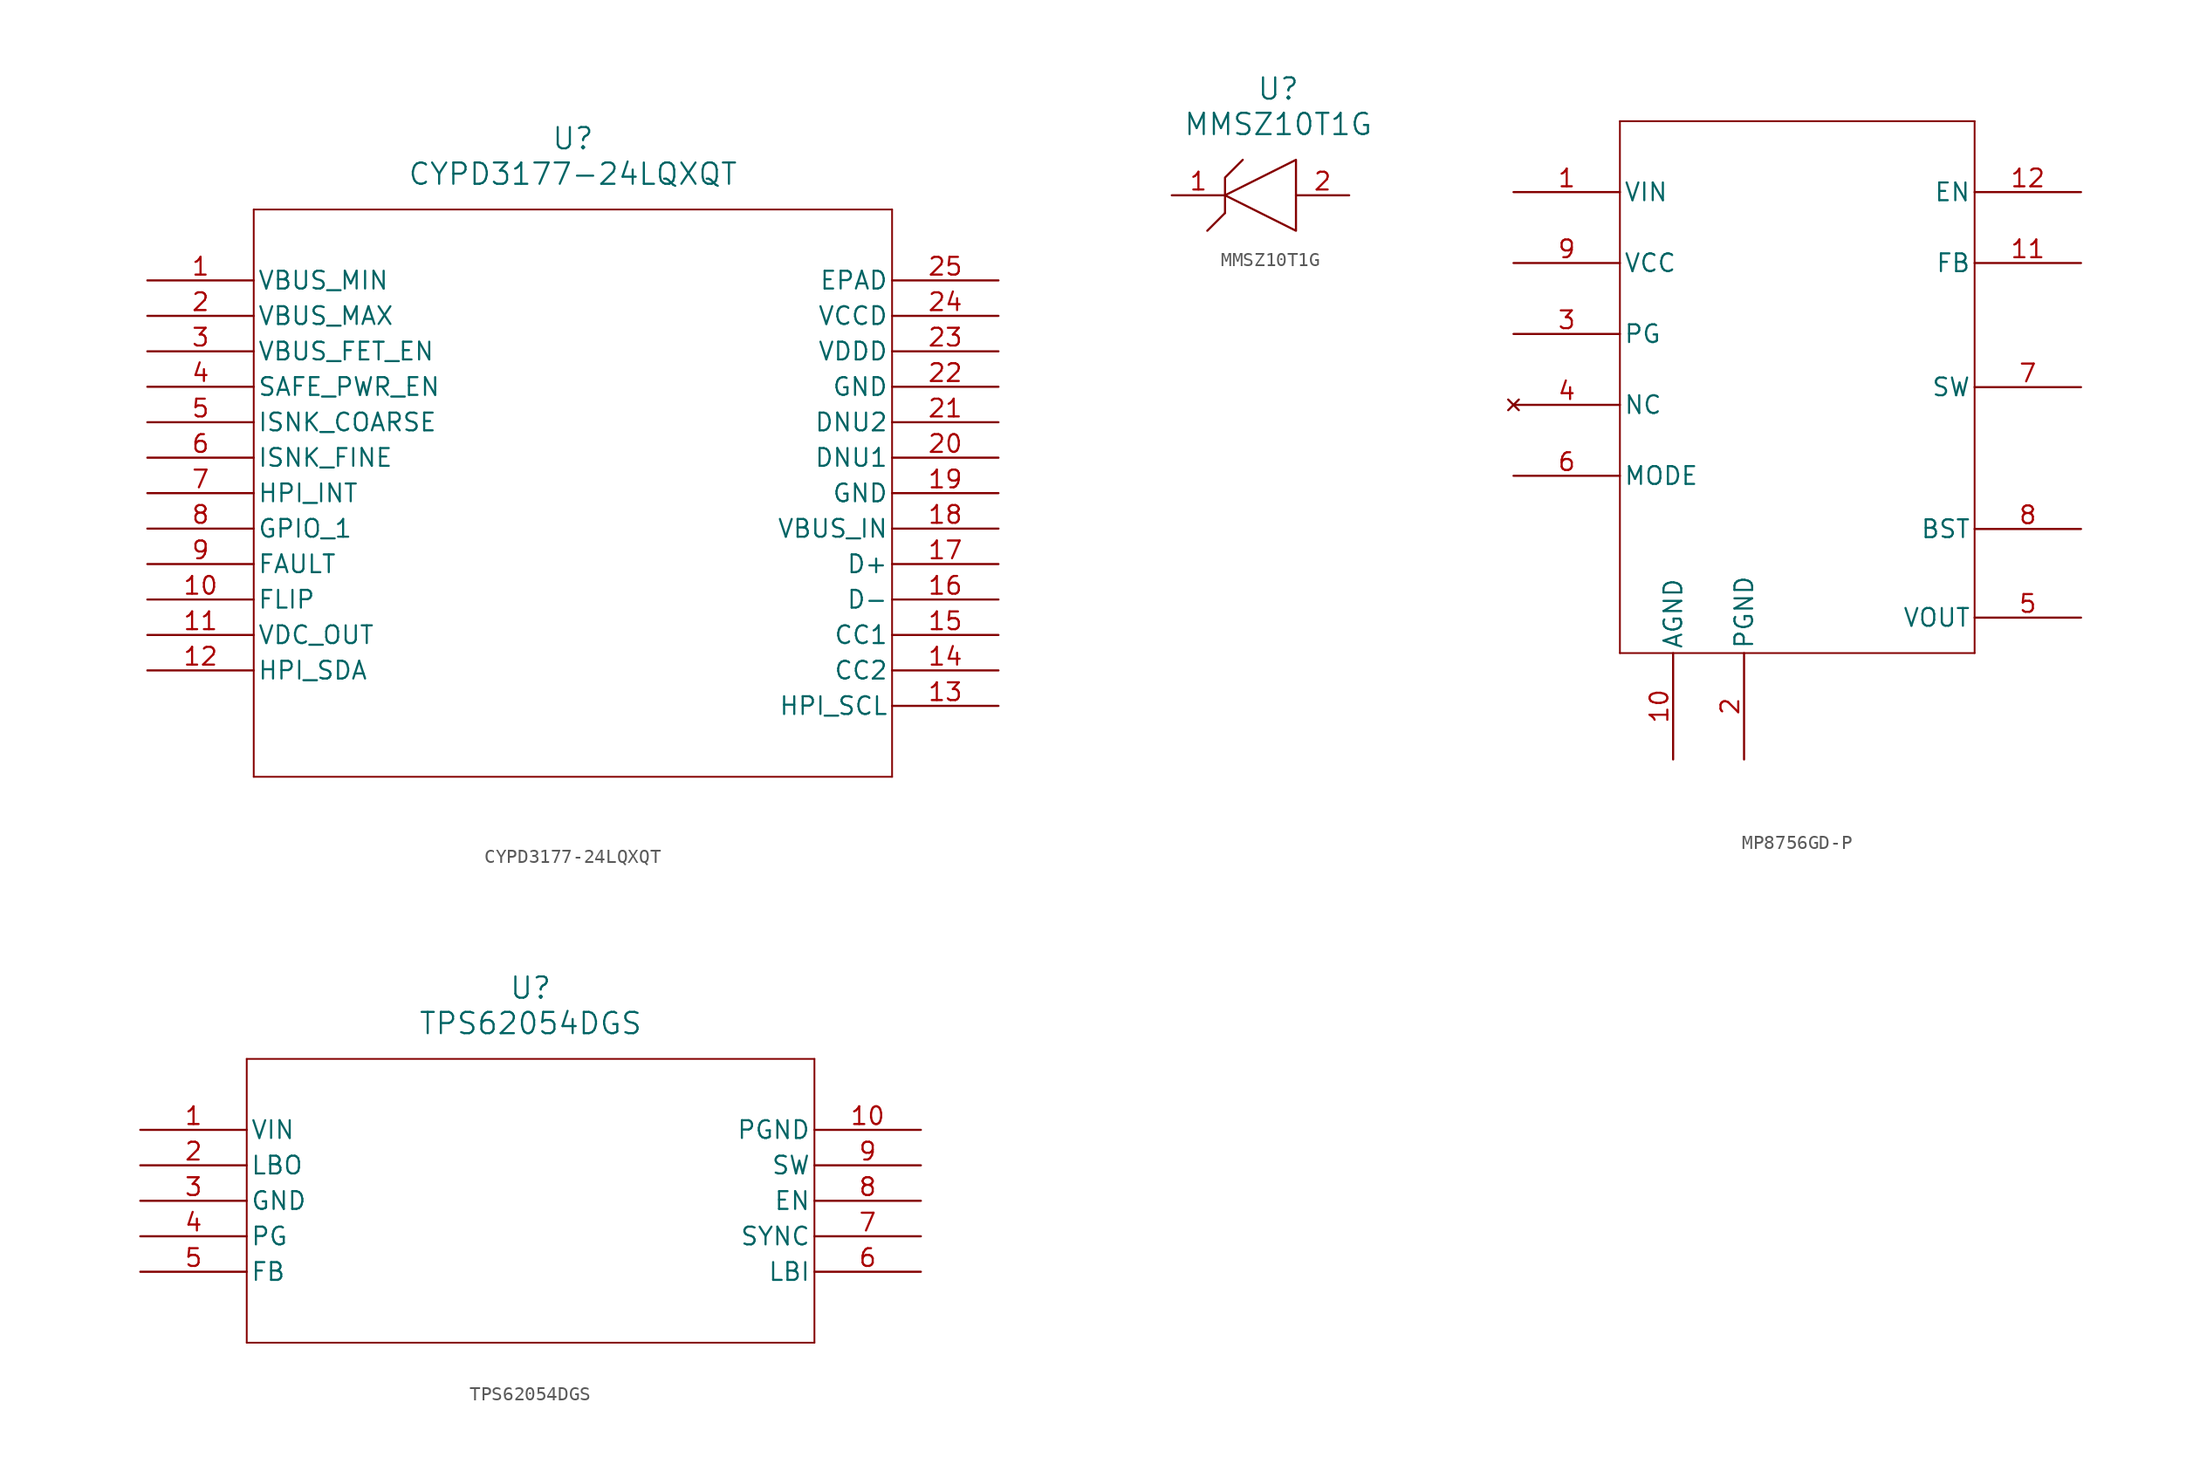
<source format=kicad_sym>
(kicad_symbol_lib
  (version 20241209)
  (generator "kicad_symbol_editor")
  (generator_version "9.0")
  (symbol "CYPD3177-24LQXQT"
    (pin_names
      (offset 0.254))
    (property "Reference" "U"
      (at 30.48 10.16 0)
      (effects (font (size 1.524 1.524))))
    (property "Value" "CYPD3177-24LQXQT"
      (at 30.48 7.62 0)
      (effects (font (size 1.524 1.524))))
    (property "ki_locked" ""
      (at 0 0 0)
      (effects (font (size 1.27 1.27))))
    (symbol "CYPD3177-24LQXQT_0_1"
      (polyline (pts (xy 7.62 5.08) (xy 7.62 -35.56)) (stroke (width 0.127) (type default)) (fill (type none)))
      (polyline (pts (xy 7.62 -35.56) (xy 53.34 -35.56)) (stroke (width 0.127) (type default)) (fill (type none)))
      (polyline (pts (xy 53.34 5.08) (xy 7.62 5.08)) (stroke (width 0.127) (type default)) (fill (type none)))
      (polyline (pts (xy 53.34 -35.56) (xy 53.34 5.08)) (stroke (width 0.127) (type default)) (fill (type none)))
      (pin unspecified line (at 0 0 0) (length 7.62) (name "VBUS_MIN" (effects (font (size 1.27 1.27)))) (number "1" (effects (font (size 1.27 1.27)))))
      (pin unspecified line (at 0 -2.54 0) (length 7.62) (name "VBUS_MAX" (effects (font (size 1.27 1.27)))) (number "2" (effects (font (size 1.27 1.27)))))
      (pin unspecified line (at 0 -5.08 0) (length 7.62) (name "VBUS_FET_EN" (effects (font (size 1.27 1.27)))) (number "3" (effects (font (size 1.27 1.27)))))
      (pin unspecified line (at 0 -7.62 0) (length 7.62) (name "SAFE_PWR_EN" (effects (font (size 1.27 1.27)))) (number "4" (effects (font (size 1.27 1.27)))))
      (pin unspecified line (at 0 -10.16 0) (length 7.62) (name "ISNK_COARSE" (effects (font (size 1.27 1.27)))) (number "5" (effects (font (size 1.27 1.27)))))
      (pin unspecified line (at 0 -12.7 0) (length 7.62) (name "ISNK_FINE" (effects (font (size 1.27 1.27)))) (number "6" (effects (font (size 1.27 1.27)))))
      (pin unspecified line (at 0 -15.24 0) (length 7.62) (name "HPI_INT" (effects (font (size 1.27 1.27)))) (number "7" (effects (font (size 1.27 1.27)))))
      (pin unspecified line (at 0 -17.78 0) (length 7.62) (name "GPIO_1" (effects (font (size 1.27 1.27)))) (number "8" (effects (font (size 1.27 1.27)))))
      (pin unspecified line (at 0 -20.32 0) (length 7.62) (name "FAULT" (effects (font (size 1.27 1.27)))) (number "9" (effects (font (size 1.27 1.27)))))
      (pin unspecified line (at 0 -22.86 0) (length 7.62) (name "FLIP" (effects (font (size 1.27 1.27)))) (number "10" (effects (font (size 1.27 1.27)))))
      (pin output line (at 0 -25.4 0) (length 7.62) (name "VDC_OUT" (effects (font (size 1.27 1.27)))) (number "11" (effects (font (size 1.27 1.27)))))
      (pin unspecified line (at 0 -27.94 0) (length 7.62) (name "HPI_SDA" (effects (font (size 1.27 1.27)))) (number "12" (effects (font (size 1.27 1.27)))))
      (pin unspecified line (at 60.96 0 180) (length 7.62) (name "EPAD" (effects (font (size 1.27 1.27)))) (number "25" (effects (font (size 1.27 1.27)))))
      (pin power_in line (at 60.96 -2.54 180) (length 7.62) (name "VCCD" (effects (font (size 1.27 1.27)))) (number "24" (effects (font (size 1.27 1.27)))))
      (pin power_in line (at 60.96 -5.08 180) (length 7.62) (name "VDDD" (effects (font (size 1.27 1.27)))) (number "23" (effects (font (size 1.27 1.27)))))
      (pin power_out line (at 60.96 -7.62 180) (length 7.62) (name "GND" (effects (font (size 1.27 1.27)))) (number "22" (effects (font (size 1.27 1.27)))))
      (pin bidirectional line (at 60.96 -10.16 180) (length 7.62) (name "DNU2" (effects (font (size 1.27 1.27)))) (number "21" (effects (font (size 1.27 1.27)))))
      (pin bidirectional line (at 60.96 -12.7 180) (length 7.62) (name "DNU1" (effects (font (size 1.27 1.27)))) (number "20" (effects (font (size 1.27 1.27)))))
      (pin power_out line (at 60.96 -15.24 180) (length 7.62) (name "GND" (effects (font (size 1.27 1.27)))) (number "19" (effects (font (size 1.27 1.27)))))
      (pin unspecified line (at 60.96 -17.78 180) (length 7.62) (name "VBUS_IN" (effects (font (size 1.27 1.27)))) (number "18" (effects (font (size 1.27 1.27)))))
      (pin unspecified line (at 60.96 -20.32 180) (length 7.62) (name "D+" (effects (font (size 1.27 1.27)))) (number "17" (effects (font (size 1.27 1.27)))))
      (pin unspecified line (at 60.96 -22.86 180) (length 7.62) (name "D-" (effects (font (size 1.27 1.27)))) (number "16" (effects (font (size 1.27 1.27)))))
      (pin bidirectional line (at 60.96 -25.4 180) (length 7.62) (name "CC1" (effects (font (size 1.27 1.27)))) (number "15" (effects (font (size 1.27 1.27)))))
      (pin bidirectional line (at 60.96 -27.94 180) (length 7.62) (name "CC2" (effects (font (size 1.27 1.27)))) (number "14" (effects (font (size 1.27 1.27)))))
      (pin unspecified line (at 60.96 -30.48 180) (length 7.62) (name "HPI_SCL" (effects (font (size 1.27 1.27)))) (number "13" (effects (font (size 1.27 1.27)))))))
  (symbol "MMSZ10T1G"
    (pin_names
      (offset 0.254))
    (property "Reference" "U"
      (at 25.4 10.16 0)
      (effects (font (size 1.524 1.524))))
    (property "Value" "MMSZ10T1G"
      (at 25.4 7.62 0)
      (effects (font (size 1.524 1.524))))
    (property "ki_locked" ""
      (at 0 0 0)
      (effects (font (size 1.27 1.27))))
    (symbol "MMSZ10T1G_1_1"
      (polyline (pts (xy 21.59 2.54) (xy 26.67 5.08) (xy 26.67 0) (xy 21.59 2.54)) (stroke (width 0) (type default)) (fill (type none)))
      (polyline (pts (xy 21.59 1.27) (xy 20.32 0)) (stroke (width 0) (type default)) (fill (type none)))
      (polyline (pts (xy 21.59 1.27) (xy 21.59 3.81) (xy 22.86 5.08)) (stroke (width 0) (type default)) (fill (type none)))
      (pin unspecified line (at 17.78 2.54 0) (length 3.81) (name "" (effects (font (size 1.27 1.27)))) (number "1" (effects (font (size 1.27 1.27)))))
      (pin unspecified line (at 30.48 2.54 180) (length 3.81) (name "" (effects (font (size 1.27 1.27)))) (number "2" (effects (font (size 1.27 1.27)))))))
  (symbol "MP8756GD-P"
    (pin_names
      (offset 0.254))
    (property "Reference" "U"
      (at 20.32 10.16 0)
      (effects (font (size 1.524 1.524)) (hide yes)))
    (property "ki_locked" ""
      (at 0 0 0)
      (effects (font (size 1.27 1.27))))
    (symbol "MP8756GD-P_0_1"
      (polyline (pts (xy 7.62 3.81) (xy 7.62 -34.29)) (stroke (width 0.127) (type default)) (fill (type none)))
      (polyline (pts (xy 7.62 -34.29) (xy 33.02 -34.29)) (stroke (width 0.127) (type default)) (fill (type none)))
      (polyline (pts (xy 33.02 3.81) (xy 7.62 3.81)) (stroke (width 0.127) (type default)) (fill (type none)))
      (polyline (pts (xy 33.02 -34.29) (xy 33.02 3.81)) (stroke (width 0.127) (type default)) (fill (type none)))
      (pin power_in line (at 0 -1.27 0) (length 7.62) (name "VIN" (effects (font (size 1.27 1.27)))) (number "1" (effects (font (size 1.27 1.27)))))
      (pin power_in line (at 0 -6.35 0) (length 7.62) (name "VCC" (effects (font (size 1.27 1.27)))) (number "9" (effects (font (size 1.27 1.27)))))
      (pin output line (at 0 -11.43 0) (length 7.62) (name "PG" (effects (font (size 1.27 1.27)))) (number "3" (effects (font (size 1.27 1.27)))))
      (pin no_connect line (at 0 -16.51 0) (length 7.62) (name "NC" (effects (font (size 1.27 1.27)))) (number "4" (effects (font (size 1.27 1.27)))))
      (pin unspecified line (at 0 -21.59 0) (length 7.62) (name "MODE" (effects (font (size 1.27 1.27)))) (number "6" (effects (font (size 1.27 1.27)))))
      (pin power_in line (at 11.43 -41.91 90) (length 7.62) (name "AGND" (effects (font (size 1.27 1.27)))) (number "10" (effects (font (size 1.27 1.27)))))
      (pin power_in line (at 16.51 -41.91 90) (length 7.62) (name "PGND" (effects (font (size 1.27 1.27)))) (number "2" (effects (font (size 1.27 1.27)))))
      (pin input line (at 40.64 -1.27 180) (length 7.62) (name "EN" (effects (font (size 1.27 1.27)))) (number "12" (effects (font (size 1.27 1.27)))))
      (pin unspecified line (at 40.64 -6.35 180) (length 7.62) (name "FB" (effects (font (size 1.27 1.27)))) (number "11" (effects (font (size 1.27 1.27)))))
      (pin output line (at 40.64 -15.24 180) (length 7.62) (name "SW" (effects (font (size 1.27 1.27)))) (number "7" (effects (font (size 1.27 1.27)))))
      (pin power_in line (at 40.64 -25.4 180) (length 7.62) (name "BST" (effects (font (size 1.27 1.27)))) (number "8" (effects (font (size 1.27 1.27)))))
      (pin power_in line (at 40.64 -31.75 180) (length 7.62) (name "VOUT" (effects (font (size 1.27 1.27)))) (number "5" (effects (font (size 1.27 1.27)))))))
  (symbol "TPS62054DGS"
    (pin_names
      (offset 0.254))
    (property "Reference" "U"
      (at 27.94 10.16 0)
      (effects (font (size 1.524 1.524))))
    (property "Value" "TPS62054DGS"
      (at 27.94 7.62 0)
      (effects (font (size 1.524 1.524))))
    (property "ki_locked" ""
      (at 0 0 0)
      (effects (font (size 1.27 1.27))))
    (symbol "TPS62054DGS_0_1"
      (polyline (pts (xy 7.62 5.08) (xy 7.62 -15.24)) (stroke (width 0.127) (type default)) (fill (type none)))
      (polyline (pts (xy 7.62 -15.24) (xy 48.26 -15.24)) (stroke (width 0.127) (type default)) (fill (type none)))
      (polyline (pts (xy 48.26 5.08) (xy 7.62 5.08)) (stroke (width 0.127) (type default)) (fill (type none)))
      (polyline (pts (xy 48.26 -15.24) (xy 48.26 5.08)) (stroke (width 0.127) (type default)) (fill (type none)))
      (pin input line (at 0 0 0) (length 7.62) (name "VIN" (effects (font (size 1.27 1.27)))) (number "1" (effects (font (size 1.27 1.27)))))
      (pin output line (at 0 -2.54 0) (length 7.62) (name "LBO" (effects (font (size 1.27 1.27)))) (number "2" (effects (font (size 1.27 1.27)))))
      (pin input line (at 0 -5.08 0) (length 7.62) (name "GND" (effects (font (size 1.27 1.27)))) (number "3" (effects (font (size 1.27 1.27)))))
      (pin output line (at 0 -7.62 0) (length 7.62) (name "PG" (effects (font (size 1.27 1.27)))) (number "4" (effects (font (size 1.27 1.27)))))
      (pin input line (at 0 -10.16 0) (length 7.62) (name "FB" (effects (font (size 1.27 1.27)))) (number "5" (effects (font (size 1.27 1.27)))))
      (pin input line (at 55.88 0 180) (length 7.62) (name "PGND" (effects (font (size 1.27 1.27)))) (number "10" (effects (font (size 1.27 1.27)))))
      (pin output line (at 55.88 -2.54 180) (length 7.62) (name "SW" (effects (font (size 1.27 1.27)))) (number "9" (effects (font (size 1.27 1.27)))))
      (pin input line (at 55.88 -5.08 180) (length 7.62) (name "EN" (effects (font (size 1.27 1.27)))) (number "8" (effects (font (size 1.27 1.27)))))
      (pin input line (at 55.88 -7.62 180) (length 7.62) (name "SYNC" (effects (font (size 1.27 1.27)))) (number "7" (effects (font (size 1.27 1.27)))))
      (pin input line (at 55.88 -10.16 180) (length 7.62) (name "LBI" (effects (font (size 1.27 1.27)))) (number "6" (effects (font (size 1.27 1.27))))))))
</source>
